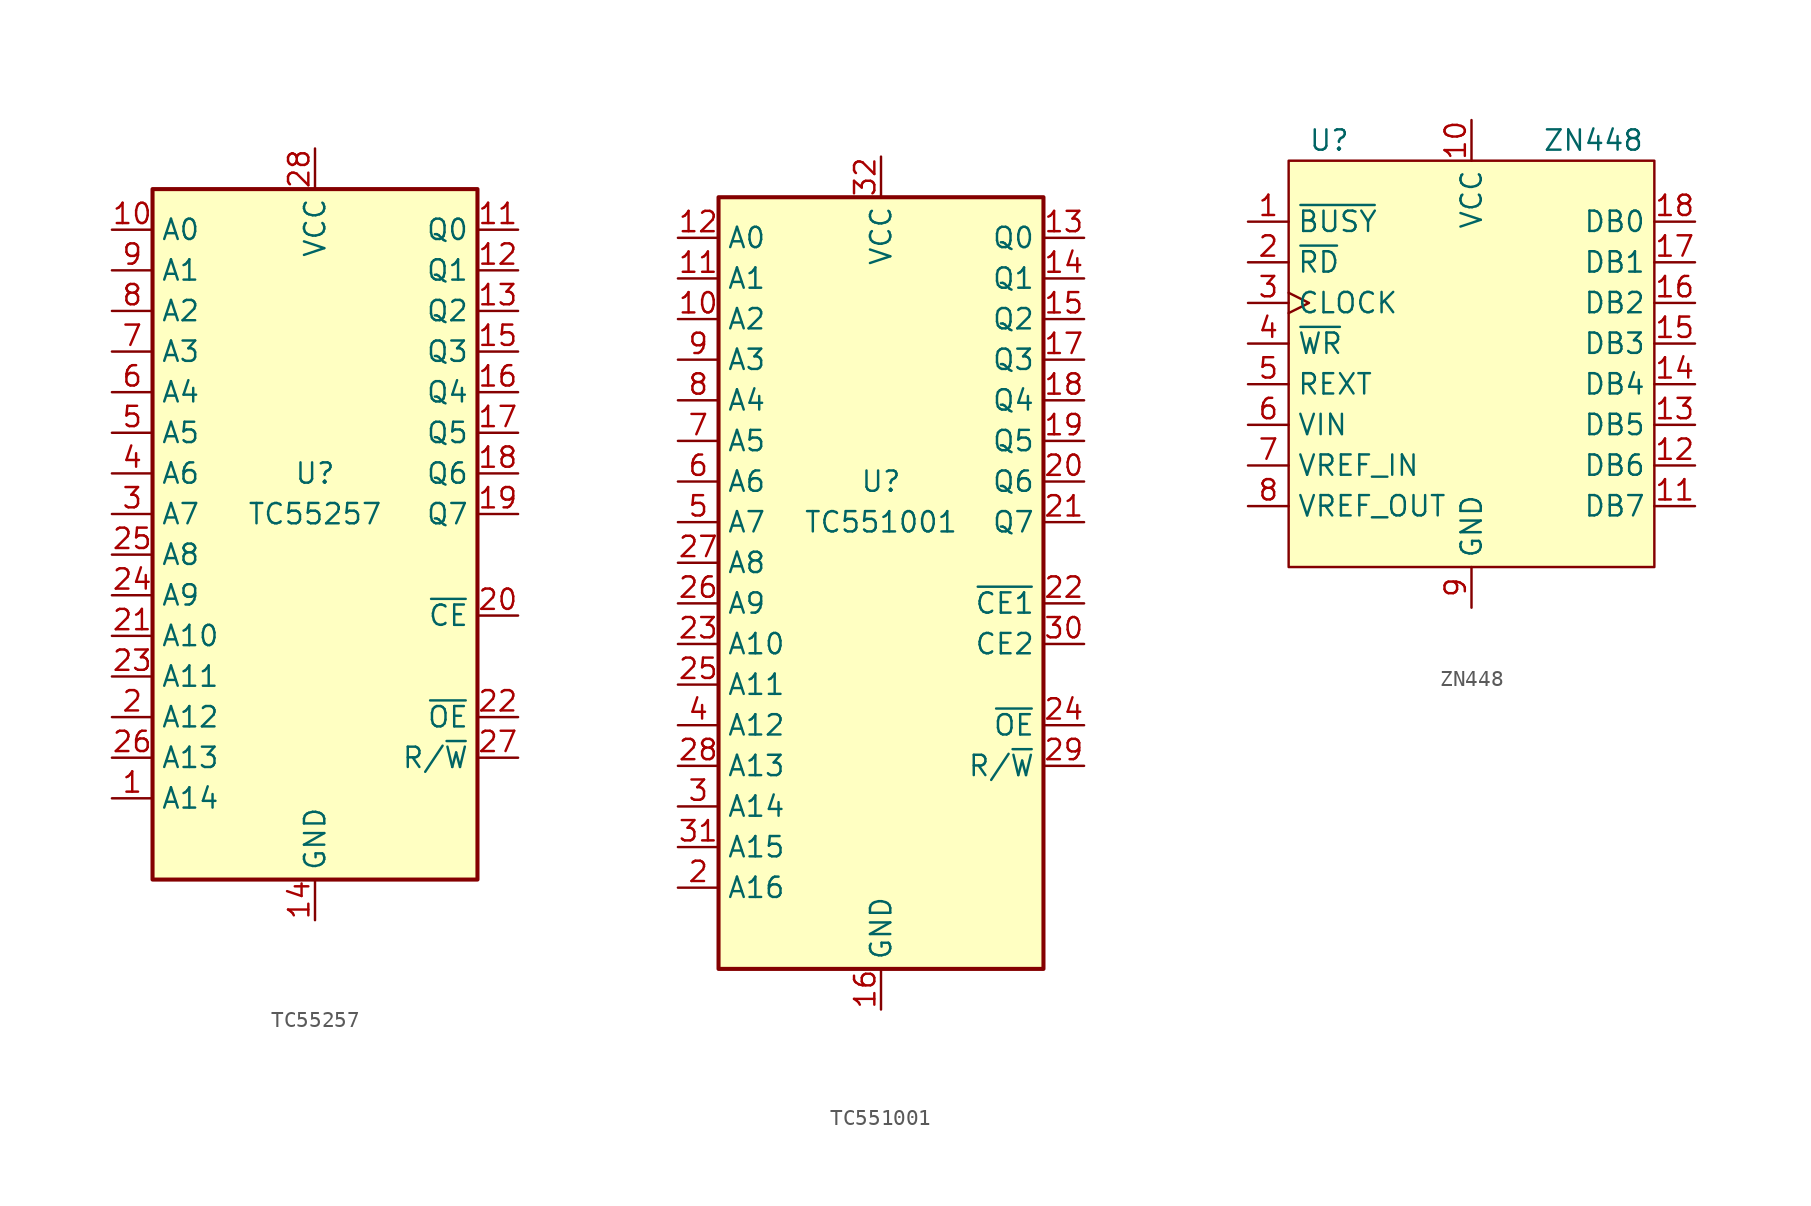
<source format=kicad_sym>
(kicad_symbol_lib
  (version 20211014)
  (generator kicad_symbol_editor)
  (symbol "TC55257"
    (property "Reference" "U"
      (at 0 1.27 0)
      (effects (font (size 1.27 1.27))))
    (property "Value" "TC55257"
      (at 0 -1.27 0)
      (effects (font (size 1.27 1.27))))
    (symbol "TC55257_0_0"
      (pin power_in line (at 0 -26.67 90) (length 2.54) (name "GND" (effects (font (size 1.27 1.27)))) (number "14" (effects (font (size 1.27 1.27)))))
      (pin power_in line (at 0 21.59 270) (length 2.54) (name "VCC" (effects (font (size 1.27 1.27)))) (number "28" (effects (font (size 1.27 1.27))))))
    (symbol "TC55257_0_1"
      (rectangle (start -10.16 19.05) (end 10.16 -24.13) (stroke (width 0.254) (type default) (color 0 0 0 0)) (fill (type background))))
    (symbol "TC55257_1_1"
      (pin input line (at -12.7 -19.05 0) (length 2.54) (name "A14" (effects (font (size 1.27 1.27)))) (number "1" (effects (font (size 1.27 1.27)))))
      (pin input line (at -12.7 16.51 0) (length 2.54) (name "A0" (effects (font (size 1.27 1.27)))) (number "10" (effects (font (size 1.27 1.27)))))
      (pin tri_state line (at 12.7 16.51 180) (length 2.54) (name "Q0" (effects (font (size 1.27 1.27)))) (number "11" (effects (font (size 1.27 1.27)))))
      (pin tri_state line (at 12.7 13.97 180) (length 2.54) (name "Q1" (effects (font (size 1.27 1.27)))) (number "12" (effects (font (size 1.27 1.27)))))
      (pin tri_state line (at 12.7 11.43 180) (length 2.54) (name "Q2" (effects (font (size 1.27 1.27)))) (number "13" (effects (font (size 1.27 1.27)))))
      (pin tri_state line (at 12.7 8.89 180) (length 2.54) (name "Q3" (effects (font (size 1.27 1.27)))) (number "15" (effects (font (size 1.27 1.27)))))
      (pin tri_state line (at 12.7 6.35 180) (length 2.54) (name "Q4" (effects (font (size 1.27 1.27)))) (number "16" (effects (font (size 1.27 1.27)))))
      (pin tri_state line (at 12.7 3.81 180) (length 2.54) (name "Q5" (effects (font (size 1.27 1.27)))) (number "17" (effects (font (size 1.27 1.27)))))
      (pin tri_state line (at 12.7 1.27 180) (length 2.54) (name "Q6" (effects (font (size 1.27 1.27)))) (number "18" (effects (font (size 1.27 1.27)))))
      (pin tri_state line (at 12.7 -1.27 180) (length 2.54) (name "Q7" (effects (font (size 1.27 1.27)))) (number "19" (effects (font (size 1.27 1.27)))))
      (pin input line (at -12.7 -13.97 0) (length 2.54) (name "A12" (effects (font (size 1.27 1.27)))) (number "2" (effects (font (size 1.27 1.27)))))
      (pin input line (at 12.7 -7.62 180) (length 2.54) (name "~{CE}" (effects (font (size 1.27 1.27)))) (number "20" (effects (font (size 1.27 1.27)))))
      (pin input line (at -12.7 -8.89 0) (length 2.54) (name "A10" (effects (font (size 1.27 1.27)))) (number "21" (effects (font (size 1.27 1.27)))))
      (pin input line (at 12.7 -13.97 180) (length 2.54) (name "~{OE}" (effects (font (size 1.27 1.27)))) (number "22" (effects (font (size 1.27 1.27)))))
      (pin input line (at -12.7 -11.43 0) (length 2.54) (name "A11" (effects (font (size 1.27 1.27)))) (number "23" (effects (font (size 1.27 1.27)))))
      (pin input line (at -12.7 -6.35 0) (length 2.54) (name "A9" (effects (font (size 1.27 1.27)))) (number "24" (effects (font (size 1.27 1.27)))))
      (pin input line (at -12.7 -3.81 0) (length 2.54) (name "A8" (effects (font (size 1.27 1.27)))) (number "25" (effects (font (size 1.27 1.27)))))
      (pin input line (at -12.7 -16.51 0) (length 2.54) (name "A13" (effects (font (size 1.27 1.27)))) (number "26" (effects (font (size 1.27 1.27)))))
      (pin input line (at 12.7 -16.51 180) (length 2.54) (name "R/~{W}" (effects (font (size 1.27 1.27)))) (number "27" (effects (font (size 1.27 1.27)))))
      (pin input line (at -12.7 -1.27 0) (length 2.54) (name "A7" (effects (font (size 1.27 1.27)))) (number "3" (effects (font (size 1.27 1.27)))))
      (pin input line (at -12.7 1.27 0) (length 2.54) (name "A6" (effects (font (size 1.27 1.27)))) (number "4" (effects (font (size 1.27 1.27)))))
      (pin input line (at -12.7 3.81 0) (length 2.54) (name "A5" (effects (font (size 1.27 1.27)))) (number "5" (effects (font (size 1.27 1.27)))))
      (pin input line (at -12.7 6.35 0) (length 2.54) (name "A4" (effects (font (size 1.27 1.27)))) (number "6" (effects (font (size 1.27 1.27)))))
      (pin input line (at -12.7 8.89 0) (length 2.54) (name "A3" (effects (font (size 1.27 1.27)))) (number "7" (effects (font (size 1.27 1.27)))))
      (pin input line (at -12.7 11.43 0) (length 2.54) (name "A2" (effects (font (size 1.27 1.27)))) (number "8" (effects (font (size 1.27 1.27)))))
      (pin input line (at -12.7 13.97 0) (length 2.54) (name "A1" (effects (font (size 1.27 1.27)))) (number "9" (effects (font (size 1.27 1.27)))))))
  (symbol "TC551001"
    (property "Reference" "U"
      (at 0 1.27 0)
      (effects (font (size 1.27 1.27))))
    (property "Value" "TC551001"
      (at 0 -1.27 0)
      (effects (font (size 1.27 1.27))))
    (symbol "TC551001_0_0"
      (pin power_in line (at 0 -31.75 90) (length 2.54) (name "GND" (effects (font (size 1.27 1.27)))) (number "16" (effects (font (size 1.27 1.27)))))
      (pin power_in line (at 0 21.59 270) (length 2.54) (name "VCC" (effects (font (size 1.27 1.27)))) (number "32" (effects (font (size 1.27 1.27))))))
    (symbol "TC551001_0_1"
      (rectangle (start -10.16 19.05) (end 10.16 -29.21) (stroke (width 0.254) (type default) (color 0 0 0 0)) (fill (type background))))
    (symbol "TC551001_1_1"
      (pin input line (at -12.7 11.43 0) (length 2.54) (name "A2" (effects (font (size 1.27 1.27)))) (number "10" (effects (font (size 1.27 1.27)))))
      (pin input line (at -12.7 13.97 0) (length 2.54) (name "A1" (effects (font (size 1.27 1.27)))) (number "11" (effects (font (size 1.27 1.27)))))
      (pin input line (at -12.7 16.51 0) (length 2.54) (name "A0" (effects (font (size 1.27 1.27)))) (number "12" (effects (font (size 1.27 1.27)))))
      (pin tri_state line (at 12.7 16.51 180) (length 2.54) (name "Q0" (effects (font (size 1.27 1.27)))) (number "13" (effects (font (size 1.27 1.27)))))
      (pin tri_state line (at 12.7 13.97 180) (length 2.54) (name "Q1" (effects (font (size 1.27 1.27)))) (number "14" (effects (font (size 1.27 1.27)))))
      (pin tri_state line (at 12.7 11.43 180) (length 2.54) (name "Q2" (effects (font (size 1.27 1.27)))) (number "15" (effects (font (size 1.27 1.27)))))
      (pin tri_state line (at 12.7 8.89 180) (length 2.54) (name "Q3" (effects (font (size 1.27 1.27)))) (number "17" (effects (font (size 1.27 1.27)))))
      (pin tri_state line (at 12.7 6.35 180) (length 2.54) (name "Q4" (effects (font (size 1.27 1.27)))) (number "18" (effects (font (size 1.27 1.27)))))
      (pin tri_state line (at 12.7 3.81 180) (length 2.54) (name "Q5" (effects (font (size 1.27 1.27)))) (number "19" (effects (font (size 1.27 1.27)))))
      (pin input line (at -12.7 -24.13 0) (length 2.54) (name "A16" (effects (font (size 1.27 1.27)))) (number "2" (effects (font (size 1.27 1.27)))))
      (pin tri_state line (at 12.7 1.27 180) (length 2.54) (name "Q6" (effects (font (size 1.27 1.27)))) (number "20" (effects (font (size 1.27 1.27)))))
      (pin tri_state line (at 12.7 -1.27 180) (length 2.54) (name "Q7" (effects (font (size 1.27 1.27)))) (number "21" (effects (font (size 1.27 1.27)))))
      (pin input line (at 12.7 -6.35 180) (length 2.54) (name "~{CE1}" (effects (font (size 1.27 1.27)))) (number "22" (effects (font (size 1.27 1.27)))))
      (pin input line (at -12.7 -8.89 0) (length 2.54) (name "A10" (effects (font (size 1.27 1.27)))) (number "23" (effects (font (size 1.27 1.27)))))
      (pin input line (at 12.7 -13.97 180) (length 2.54) (name "~{OE}" (effects (font (size 1.27 1.27)))) (number "24" (effects (font (size 1.27 1.27)))))
      (pin input line (at -12.7 -11.43 0) (length 2.54) (name "A11" (effects (font (size 1.27 1.27)))) (number "25" (effects (font (size 1.27 1.27)))))
      (pin input line (at -12.7 -6.35 0) (length 2.54) (name "A9" (effects (font (size 1.27 1.27)))) (number "26" (effects (font (size 1.27 1.27)))))
      (pin input line (at -12.7 -3.81 0) (length 2.54) (name "A8" (effects (font (size 1.27 1.27)))) (number "27" (effects (font (size 1.27 1.27)))))
      (pin input line (at -12.7 -16.51 0) (length 2.54) (name "A13" (effects (font (size 1.27 1.27)))) (number "28" (effects (font (size 1.27 1.27)))))
      (pin input line (at 12.7 -16.51 180) (length 2.54) (name "R/~{W}" (effects (font (size 1.27 1.27)))) (number "29" (effects (font (size 1.27 1.27)))))
      (pin input line (at -12.7 -19.05 0) (length 2.54) (name "A14" (effects (font (size 1.27 1.27)))) (number "3" (effects (font (size 1.27 1.27)))))
      (pin input line (at 12.7 -8.89 180) (length 2.54) (name "CE2" (effects (font (size 1.27 1.27)))) (number "30" (effects (font (size 1.27 1.27)))))
      (pin input line (at -12.7 -21.59 0) (length 2.54) (name "A15" (effects (font (size 1.27 1.27)))) (number "31" (effects (font (size 1.27 1.27)))))
      (pin input line (at -12.7 -13.97 0) (length 2.54) (name "A12" (effects (font (size 1.27 1.27)))) (number "4" (effects (font (size 1.27 1.27)))))
      (pin input line (at -12.7 -1.27 0) (length 2.54) (name "A7" (effects (font (size 1.27 1.27)))) (number "5" (effects (font (size 1.27 1.27)))))
      (pin input line (at -12.7 1.27 0) (length 2.54) (name "A6" (effects (font (size 1.27 1.27)))) (number "6" (effects (font (size 1.27 1.27)))))
      (pin input line (at -12.7 3.81 0) (length 2.54) (name "A5" (effects (font (size 1.27 1.27)))) (number "7" (effects (font (size 1.27 1.27)))))
      (pin input line (at -12.7 6.35 0) (length 2.54) (name "A4" (effects (font (size 1.27 1.27)))) (number "8" (effects (font (size 1.27 1.27)))))
      (pin input line (at -12.7 8.89 0) (length 2.54) (name "A3" (effects (font (size 1.27 1.27)))) (number "9" (effects (font (size 1.27 1.27)))))))
  (symbol "ZN448"
    (property "Reference" "U"
      (at -8.89 13.97 0)
      (effects (font (size 1.27 1.27))))
    (property "Value" "ZN448"
      (at 7.62 13.97 0)
      (effects (font (size 1.27 1.27))))
    (symbol "ZN448_0_1"
      (rectangle (start -11.43 12.7) (end 11.43 -12.7) (stroke (width 0) (type default) (color 0 0 0 0)) (fill (type background))))
    (symbol "ZN448_1_1"
      (pin output line (at -13.97 8.89 0) (length 2.54) (name "~{BUSY}" (effects (font (size 1.27 1.27)))) (number "1" (effects (font (size 1.27 1.27)))))
      (pin power_in line (at 0 15.24 270) (length 2.54) (name "VCC" (effects (font (size 1.27 1.27)))) (number "10" (effects (font (size 1.27 1.27)))))
      (pin tri_state line (at 13.97 -8.89 180) (length 2.54) (name "DB7" (effects (font (size 1.27 1.27)))) (number "11" (effects (font (size 1.27 1.27)))))
      (pin tri_state line (at 13.97 -6.35 180) (length 2.54) (name "DB6" (effects (font (size 1.27 1.27)))) (number "12" (effects (font (size 1.27 1.27)))))
      (pin tri_state line (at 13.97 -3.81 180) (length 2.54) (name "DB5" (effects (font (size 1.27 1.27)))) (number "13" (effects (font (size 1.27 1.27)))))
      (pin tri_state line (at 13.97 -1.27 180) (length 2.54) (name "DB4" (effects (font (size 1.27 1.27)))) (number "14" (effects (font (size 1.27 1.27)))))
      (pin tri_state line (at 13.97 1.27 180) (length 2.54) (name "DB3" (effects (font (size 1.27 1.27)))) (number "15" (effects (font (size 1.27 1.27)))))
      (pin tri_state line (at 13.97 3.81 180) (length 2.54) (name "DB2" (effects (font (size 1.27 1.27)))) (number "16" (effects (font (size 1.27 1.27)))))
      (pin tri_state line (at 13.97 6.35 180) (length 2.54) (name "DB1" (effects (font (size 1.27 1.27)))) (number "17" (effects (font (size 1.27 1.27)))))
      (pin tri_state line (at 13.97 8.89 180) (length 2.54) (name "DB0" (effects (font (size 1.27 1.27)))) (number "18" (effects (font (size 1.27 1.27)))))
      (pin input line (at -13.97 6.35 0) (length 2.54) (name "~{RD}" (effects (font (size 1.27 1.27)))) (number "2" (effects (font (size 1.27 1.27)))))
      (pin input clock (at -13.97 3.81 0) (length 2.54) (name "CLOCK" (effects (font (size 1.27 1.27)))) (number "3" (effects (font (size 1.27 1.27)))))
      (pin input line (at -13.97 1.27 0) (length 2.54) (name "~{WR}" (effects (font (size 1.27 1.27)))) (number "4" (effects (font (size 1.27 1.27)))))
      (pin output line (at -13.97 -1.27 0) (length 2.54) (name "REXT" (effects (font (size 1.27 1.27)))) (number "5" (effects (font (size 1.27 1.27)))))
      (pin input line (at -13.97 -3.81 0) (length 2.54) (name "VIN" (effects (font (size 1.27 1.27)))) (number "6" (effects (font (size 1.27 1.27)))))
      (pin input line (at -13.97 -6.35 0) (length 2.54) (name "VREF_IN" (effects (font (size 1.27 1.27)))) (number "7" (effects (font (size 1.27 1.27)))))
      (pin output line (at -13.97 -8.89 0) (length 2.54) (name "VREF_OUT" (effects (font (size 1.27 1.27)))) (number "8" (effects (font (size 1.27 1.27)))))
      (pin power_in line (at 0 -15.24 90) (length 2.54) (name "GND" (effects (font (size 1.27 1.27)))) (number "9" (effects (font (size 1.27 1.27))))))))
</source>
